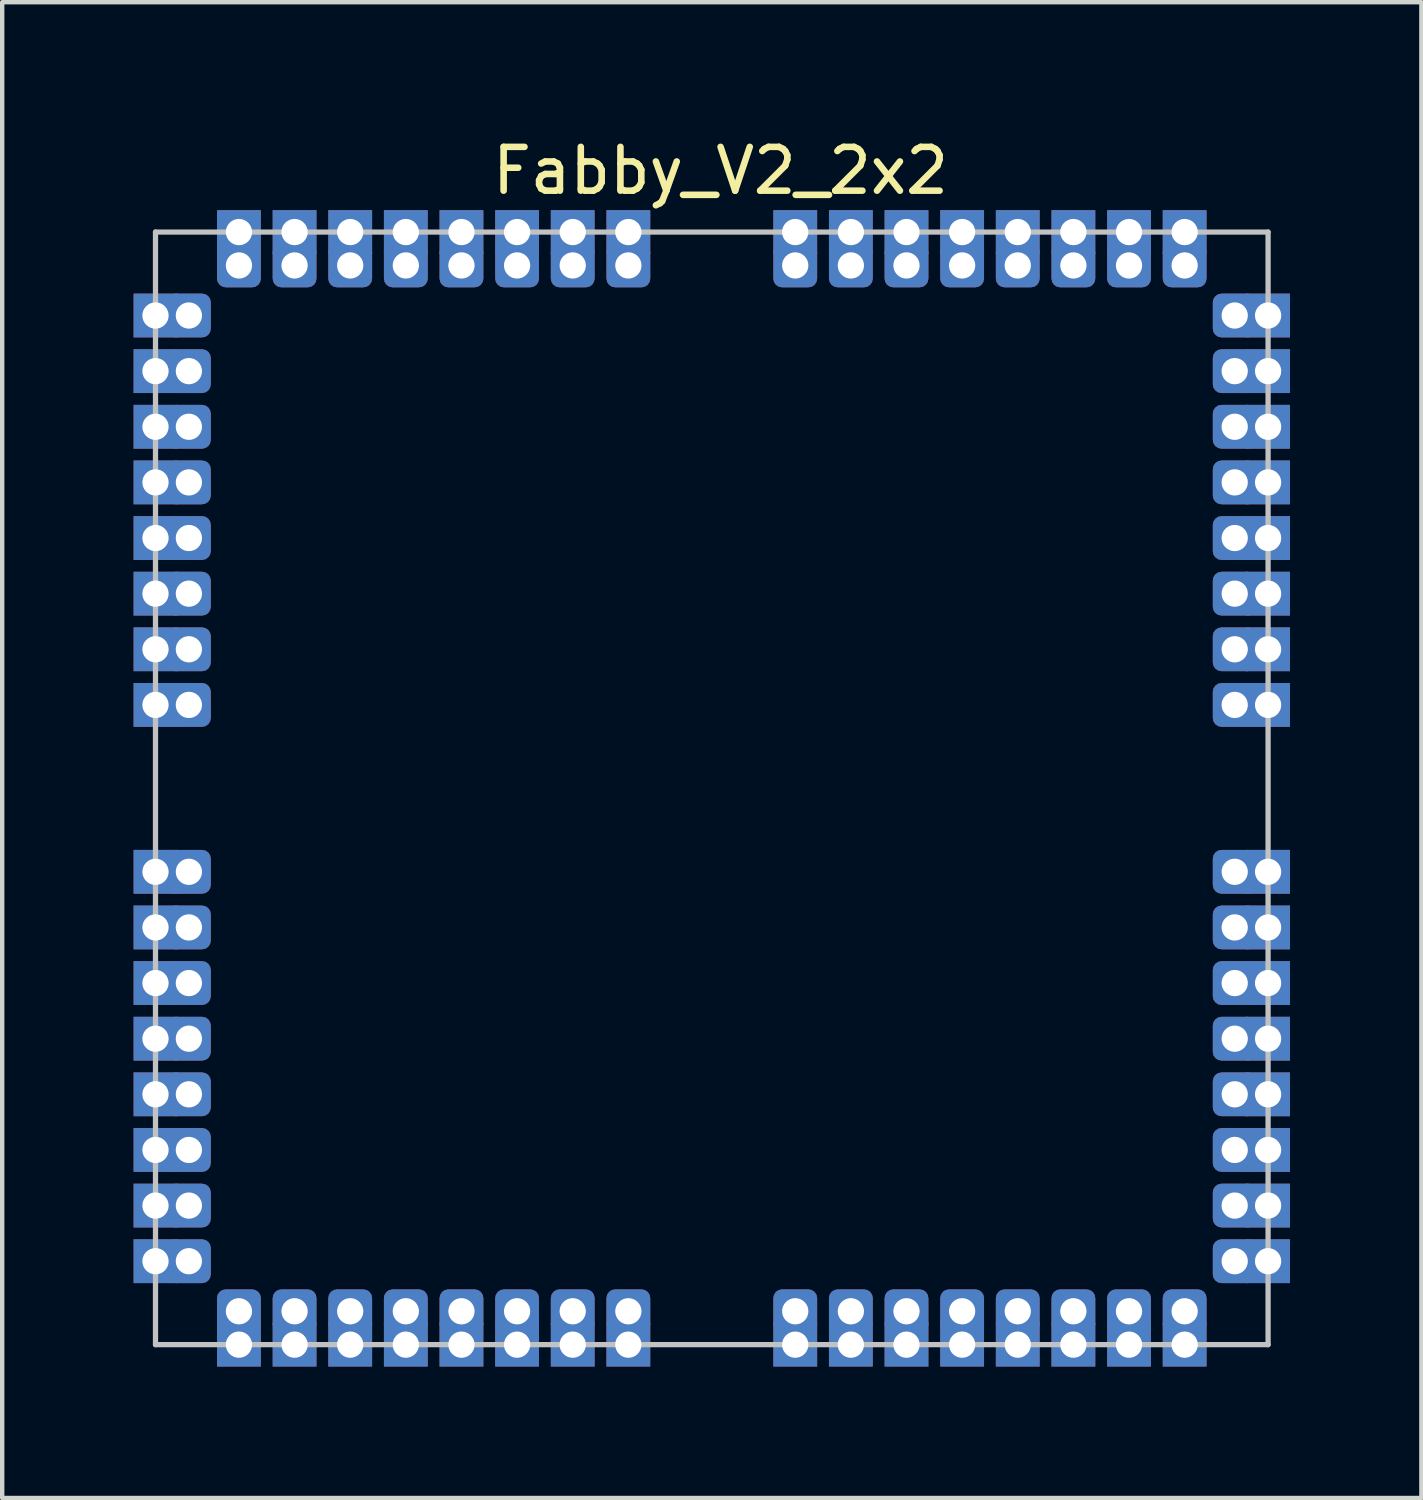
<source format=kicad_pcb>
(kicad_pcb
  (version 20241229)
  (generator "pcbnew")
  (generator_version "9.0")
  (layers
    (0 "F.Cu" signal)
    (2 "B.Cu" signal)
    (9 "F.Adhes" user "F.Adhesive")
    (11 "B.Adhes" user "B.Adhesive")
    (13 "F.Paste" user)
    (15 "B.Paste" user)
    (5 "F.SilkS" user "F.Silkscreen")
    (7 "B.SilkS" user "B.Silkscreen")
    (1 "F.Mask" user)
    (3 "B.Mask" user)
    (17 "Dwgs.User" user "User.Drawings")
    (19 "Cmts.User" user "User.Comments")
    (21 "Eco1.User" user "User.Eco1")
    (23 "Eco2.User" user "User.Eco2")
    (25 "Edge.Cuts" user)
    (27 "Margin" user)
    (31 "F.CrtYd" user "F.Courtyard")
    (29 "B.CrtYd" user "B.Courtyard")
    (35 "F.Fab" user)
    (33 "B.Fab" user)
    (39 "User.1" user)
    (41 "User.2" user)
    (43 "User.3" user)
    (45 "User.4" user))
  (footprint "Fabby_V2_2x2"
    (layer "F.Cu")
    (at 13.4 14.898)
    (property "Reference" "Fabby_V2_2x2" (at 0 -14.05 0) (layer "F.SilkS") (effects (font (size 1 1) (thickness 0.15))))
    (attr through_hole)
    (fp_line (start -12.9 -12.65) (end -12.9 12.75) (stroke (width 0.12) (type solid)) (layer "Dwgs.User"))
    (fp_line (start -12.9 -12.65) (end 12.5 -12.65) (stroke (width 0.12) (type solid)) (layer "Dwgs.User"))
    (fp_line (start 12.5 -12.65) (end 12.5 12.75) (stroke (width 0.12) (type solid)) (layer "Dwgs.User"))
    (fp_line (start 12.5 12.75) (end -12.9 12.75) (stroke (width 0.12) (type solid)) (layer "Dwgs.User"))
    (pad "1" thru_hole rect (at -12.9 -10.745 90) (size 1 1) (drill 0.6) (layers "*.Cu" "*.Mask"))
    (pad "1" thru_hole roundrect (at -12.138 -10.745 270) (size 1 1) (drill 0.6) (layers "*.Cu" "*.Mask") (roundrect_rratio 0.2))
    (pad "2" thru_hole rect (at -12.9 -9.475 90) (size 1 1) (drill 0.6) (layers "*.Cu" "*.Mask"))
    (pad "2" thru_hole roundrect (at -12.138 -9.475 270) (size 1 1) (drill 0.6) (layers "*.Cu" "*.Mask") (roundrect_rratio 0.2))
    (pad "3" thru_hole rect (at -12.9 -8.205 90) (size 1 1) (drill 0.6) (layers "*.Cu" "*.Mask"))
    (pad "3" thru_hole roundrect (at -12.138 -8.205 270) (size 1 1) (drill 0.6) (layers "*.Cu" "*.Mask") (roundrect_rratio 0.2))
    (pad "4" thru_hole rect (at -12.9 -6.935 90) (size 1 1) (drill 0.6) (layers "*.Cu" "*.Mask"))
    (pad "4" thru_hole roundrect (at -12.138 -6.935 270) (size 1 1) (drill 0.6) (layers "*.Cu" "*.Mask") (roundrect_rratio 0.2))
    (pad "5" thru_hole rect (at -12.9 -5.665 90) (size 1 1) (drill 0.6) (layers "*.Cu" "*.Mask"))
    (pad "5" thru_hole roundrect (at -12.138 -5.665 270) (size 1 1) (drill 0.6) (layers "*.Cu" "*.Mask") (roundrect_rratio 0.2))
    (pad "6" thru_hole rect (at -12.9 -4.395 180) (size 1 1) (drill 0.6) (layers "*.Cu" "*.Mask"))
    (pad "6" thru_hole roundrect (at -12.138 -4.395 270) (size 1 1) (drill 0.6) (layers "*.Cu" "*.Mask") (roundrect_rratio 0.2))
    (pad "7" thru_hole rect (at -12.9 -3.125 90) (size 1 1) (drill 0.6) (layers "*.Cu" "*.Mask"))
    (pad "7" thru_hole roundrect (at -12.138 -3.125 270) (size 1 1) (drill 0.6) (layers "*.Cu" "*.Mask") (roundrect_rratio 0.2))
    (pad "8" thru_hole rect (at -12.9 -1.855 90) (size 1 1) (drill 0.6) (layers "*.Cu" "*.Mask"))
    (pad "8" thru_hole roundrect (at -12.138 -1.855 270) (size 1 1) (drill 0.6) (layers "*.Cu" "*.Mask") (roundrect_rratio 0.2))
    (pad "9" thru_hole rect (at -12.9 1.955) (size 1 1) (drill 0.6) (layers "*.Cu" "*.Mask"))
    (pad "9" thru_hole roundrect (at -12.138 1.955 180) (size 1 1) (drill 0.6) (layers "*.Cu" "*.Mask") (roundrect_rratio 0.2))
    (pad "10" thru_hole rect (at -12.9 3.225) (size 1 1) (drill 0.6) (layers "*.Cu" "*.Mask"))
    (pad "10" thru_hole roundrect (at -12.138 3.225 180) (size 1 1) (drill 0.6) (layers "*.Cu" "*.Mask") (roundrect_rratio 0.2))
    (pad "11" thru_hole rect (at -12.9 4.495) (size 1 1) (drill 0.6) (layers "*.Cu" "*.Mask"))
    (pad "11" thru_hole roundrect (at -12.138 4.495 180) (size 1 1) (drill 0.6) (layers "*.Cu" "*.Mask") (roundrect_rratio 0.2))
    (pad "12" thru_hole rect (at -12.9 5.765) (size 1 1) (drill 0.6) (layers "*.Cu" "*.Mask"))
    (pad "12" thru_hole roundrect (at -12.138 5.765 180) (size 1 1) (drill 0.6) (layers "*.Cu" "*.Mask") (roundrect_rratio 0.2))
    (pad "13" thru_hole rect (at -12.9 7.035) (size 1 1) (drill 0.6) (layers "*.Cu" "*.Mask"))
    (pad "13" thru_hole roundrect (at -12.138 7.035 180) (size 1 1) (drill 0.6) (layers "*.Cu" "*.Mask") (roundrect_rratio 0.2))
    (pad "14" thru_hole rect (at -12.9 8.305) (size 1 1) (drill 0.6) (layers "*.Cu" "*.Mask"))
    (pad "14" thru_hole roundrect (at -12.138 8.305 180) (size 1 1) (drill 0.6) (layers "*.Cu" "*.Mask") (roundrect_rratio 0.2))
    (pad "15" thru_hole rect (at -12.9 9.575) (size 1 1) (drill 0.6) (layers "*.Cu" "*.Mask"))
    (pad "15" thru_hole roundrect (at -12.138 9.575 180) (size 1 1) (drill 0.6) (layers "*.Cu" "*.Mask") (roundrect_rratio 0.2))
    (pad "16" thru_hole rect (at -12.9 10.845) (size 1 1) (drill 0.6) (layers "*.Cu" "*.Mask"))
    (pad "16" thru_hole roundrect (at -12.138 10.845 180) (size 1 1) (drill 0.6) (layers "*.Cu" "*.Mask") (roundrect_rratio 0.2))
    (pad "17" thru_hole roundrect (at -10.995 11.988 270) (size 1 1) (drill 0.6) (layers "*.Cu" "*.Mask") (roundrect_rratio 0.2))
    (pad "17" thru_hole rect (at -10.995 12.75 90) (size 1 1) (drill 0.6) (layers "*.Cu" "*.Mask"))
    (pad "18" thru_hole roundrect (at -9.725 11.988 270) (size 1 1) (drill 0.6) (layers "*.Cu" "*.Mask") (roundrect_rratio 0.2))
    (pad "18" thru_hole rect (at -9.725 12.75 90) (size 1 1) (drill 0.6) (layers "*.Cu" "*.Mask"))
    (pad "19" thru_hole roundrect (at -8.455 11.988 270) (size 1 1) (drill 0.6) (layers "*.Cu" "*.Mask") (roundrect_rratio 0.2))
    (pad "19" thru_hole rect (at -8.455 12.75 90) (size 1 1) (drill 0.6) (layers "*.Cu" "*.Mask"))
    (pad "20" thru_hole roundrect (at -7.185 11.988 270) (size 1 1) (drill 0.6) (layers "*.Cu" "*.Mask") (roundrect_rratio 0.2))
    (pad "20" thru_hole rect (at -7.185 12.75 90) (size 1 1) (drill 0.6) (layers "*.Cu" "*.Mask"))
    (pad "21" thru_hole roundrect (at -5.915 11.988 270) (size 1 1) (drill 0.6) (layers "*.Cu" "*.Mask") (roundrect_rratio 0.2))
    (pad "21" thru_hole rect (at -5.915 12.75 90) (size 1 1) (drill 0.6) (layers "*.Cu" "*.Mask"))
    (pad "22" thru_hole roundrect (at -4.645 11.988 270) (size 1 1) (drill 0.6) (layers "*.Cu" "*.Mask") (roundrect_rratio 0.2))
    (pad "22" thru_hole rect (at -4.645 12.75 90) (size 1 1) (drill 0.6) (layers "*.Cu" "*.Mask"))
    (pad "23" thru_hole roundrect (at -3.375 11.988 270) (size 1 1) (drill 0.6) (layers "*.Cu" "*.Mask") (roundrect_rratio 0.2))
    (pad "23" thru_hole rect (at -3.375 12.75 90) (size 1 1) (drill 0.6) (layers "*.Cu" "*.Mask"))
    (pad "24" thru_hole roundrect (at -2.105 11.988 270) (size 1 1) (drill 0.6) (layers "*.Cu" "*.Mask") (roundrect_rratio 0.2))
    (pad "24" thru_hole rect (at -2.105 12.75 90) (size 1 1) (drill 0.6) (layers "*.Cu" "*.Mask"))
    (pad "25" thru_hole roundrect (at 1.705 11.988 90) (size 1 1) (drill 0.6) (layers "*.Cu" "*.Mask") (roundrect_rratio 0.2))
    (pad "25" thru_hole rect (at 1.705 12.75) (size 1 1) (drill 0.6) (layers "*.Cu" "*.Mask"))
    (pad "26" thru_hole roundrect (at 2.975 11.988 90) (size 1 1) (drill 0.6) (layers "*.Cu" "*.Mask") (roundrect_rratio 0.2))
    (pad "26" thru_hole rect (at 2.975 12.75) (size 1 1) (drill 0.6) (layers "*.Cu" "*.Mask"))
    (pad "27" thru_hole roundrect (at 4.245 11.988 90) (size 1 1) (drill 0.6) (layers "*.Cu" "*.Mask") (roundrect_rratio 0.2))
    (pad "27" thru_hole rect (at 4.245 12.75) (size 1 1) (drill 0.6) (layers "*.Cu" "*.Mask"))
    (pad "28" thru_hole roundrect (at 5.515 11.988 90) (size 1 1) (drill 0.6) (layers "*.Cu" "*.Mask") (roundrect_rratio 0.2))
    (pad "28" thru_hole rect (at 5.515 12.75) (size 1 1) (drill 0.6) (layers "*.Cu" "*.Mask"))
    (pad "29" thru_hole roundrect (at 6.785 11.988 90) (size 1 1) (drill 0.6) (layers "*.Cu" "*.Mask") (roundrect_rratio 0.2))
    (pad "29" thru_hole rect (at 6.785 12.75) (size 1 1) (drill 0.6) (layers "*.Cu" "*.Mask"))
    (pad "30" thru_hole roundrect (at 8.055 11.988 90) (size 1 1) (drill 0.6) (layers "*.Cu" "*.Mask") (roundrect_rratio 0.2))
    (pad "30" thru_hole rect (at 8.055 12.75) (size 1 1) (drill 0.6) (layers "*.Cu" "*.Mask"))
    (pad "31" thru_hole roundrect (at 9.325 11.988 90) (size 1 1) (drill 0.6) (layers "*.Cu" "*.Mask") (roundrect_rratio 0.2))
    (pad "31" thru_hole rect (at 9.325 12.75) (size 1 1) (drill 0.6) (layers "*.Cu" "*.Mask"))
    (pad "32" thru_hole roundrect (at 10.595 11.988 90) (size 1 1) (drill 0.6) (layers "*.Cu" "*.Mask") (roundrect_rratio 0.2))
    (pad "32" thru_hole rect (at 10.595 12.75) (size 1 1) (drill 0.6) (layers "*.Cu" "*.Mask"))
    (pad "33" thru_hole roundrect (at 11.738 10.845 90) (size 1 1) (drill 0.6) (layers "*.Cu" "*.Mask") (roundrect_rratio 0.2))
    (pad "33" thru_hole rect (at 12.5 10.845) (size 1 1) (drill 0.6) (layers "*.Cu" "*.Mask"))
    (pad "34" thru_hole roundrect (at 11.738 9.575 90) (size 1 1) (drill 0.6) (layers "*.Cu" "*.Mask") (roundrect_rratio 0.2))
    (pad "34" thru_hole rect (at 12.5 9.575) (size 1 1) (drill 0.6) (layers "*.Cu" "*.Mask"))
    (pad "35" thru_hole roundrect (at 11.738 8.305 90) (size 1 1) (drill 0.6) (layers "*.Cu" "*.Mask") (roundrect_rratio 0.2))
    (pad "35" thru_hole rect (at 12.5 8.305) (size 1 1) (drill 0.6) (layers "*.Cu" "*.Mask"))
    (pad "36" thru_hole roundrect (at 11.738 7.035 90) (size 1 1) (drill 0.6) (layers "*.Cu" "*.Mask") (roundrect_rratio 0.2))
    (pad "36" thru_hole rect (at 12.5 7.035) (size 1 1) (drill 0.6) (layers "*.Cu" "*.Mask"))
    (pad "37" thru_hole roundrect (at 11.738 5.765 90) (size 1 1) (drill 0.6) (layers "*.Cu" "*.Mask") (roundrect_rratio 0.2))
    (pad "37" thru_hole rect (at 12.5 5.765) (size 1 1) (drill 0.6) (layers "*.Cu" "*.Mask"))
    (pad "38" thru_hole roundrect (at 11.738 4.495 90) (size 1 1) (drill 0.6) (layers "*.Cu" "*.Mask") (roundrect_rratio 0.2))
    (pad "38" thru_hole rect (at 12.5 4.495) (size 1 1) (drill 0.6) (layers "*.Cu" "*.Mask"))
    (pad "39" thru_hole roundrect (at 11.738 3.225 90) (size 1 1) (drill 0.6) (layers "*.Cu" "*.Mask") (roundrect_rratio 0.2))
    (pad "39" thru_hole rect (at 12.5 3.225) (size 1 1) (drill 0.6) (layers "*.Cu" "*.Mask"))
    (pad "40" thru_hole roundrect (at 11.738 1.955 90) (size 1 1) (drill 0.6) (layers "*.Cu" "*.Mask") (roundrect_rratio 0.2))
    (pad "40" thru_hole rect (at 12.5 1.955) (size 1 1) (drill 0.6) (layers "*.Cu" "*.Mask"))
    (pad "41" thru_hole roundrect (at 11.738 -1.855 90) (size 1 1) (drill 0.6) (layers "*.Cu" "*.Mask") (roundrect_rratio 0.2))
    (pad "41" thru_hole rect (at 12.5 -1.855) (size 1 1) (drill 0.6) (layers "*.Cu" "*.Mask"))
    (pad "42" thru_hole roundrect (at 11.738 -3.125 90) (size 1 1) (drill 0.6) (layers "*.Cu" "*.Mask") (roundrect_rratio 0.2))
    (pad "42" thru_hole rect (at 12.5 -3.125) (size 1 1) (drill 0.6) (layers "*.Cu" "*.Mask"))
    (pad "43" thru_hole roundrect (at 11.738 -4.395 90) (size 1 1) (drill 0.6) (layers "*.Cu" "*.Mask") (roundrect_rratio 0.2))
    (pad "43" thru_hole rect (at 12.5 -4.395) (size 1 1) (drill 0.6) (layers "*.Cu" "*.Mask"))
    (pad "44" thru_hole roundrect (at 11.738 -5.665 90) (size 1 1) (drill 0.6) (layers "*.Cu" "*.Mask") (roundrect_rratio 0.2))
    (pad "44" thru_hole rect (at 12.5 -5.665) (size 1 1) (drill 0.6) (layers "*.Cu" "*.Mask"))
    (pad "45" thru_hole roundrect (at 11.738 -6.935 90) (size 1 1) (drill 0.6) (layers "*.Cu" "*.Mask") (roundrect_rratio 0.2))
    (pad "45" thru_hole rect (at 12.5 -6.935) (size 1 1) (drill 0.6) (layers "*.Cu" "*.Mask"))
    (pad "46" thru_hole roundrect (at 11.738 -8.205 90) (size 1 1) (drill 0.6) (layers "*.Cu" "*.Mask") (roundrect_rratio 0.2))
    (pad "46" thru_hole rect (at 12.5 -8.205) (size 1 1) (drill 0.6) (layers "*.Cu" "*.Mask"))
    (pad "47" thru_hole roundrect (at 11.738 -9.475 90) (size 1 1) (drill 0.6) (layers "*.Cu" "*.Mask") (roundrect_rratio 0.2))
    (pad "47" thru_hole rect (at 12.5 -9.475) (size 1 1) (drill 0.6) (layers "*.Cu" "*.Mask"))
    (pad "48" thru_hole roundrect (at 11.738 -10.745 90) (size 1 1) (drill 0.6) (layers "*.Cu" "*.Mask") (roundrect_rratio 0.2))
    (pad "48" thru_hole rect (at 12.5 -10.745 90) (size 1 1) (drill 0.6) (layers "*.Cu" "*.Mask"))
    (pad "49" thru_hole rect (at 10.595 -12.65 90) (size 1 1) (drill 0.6) (layers "*.Cu" "*.Mask"))
    (pad "49" thru_hole roundrect (at 10.595 -11.888 180) (size 1 1) (drill 0.6) (layers "*.Cu" "*.Mask") (roundrect_rratio 0.2))
    (pad "50" thru_hole rect (at 9.325 -12.65 90) (size 1 1) (drill 0.6) (layers "*.Cu" "*.Mask"))
    (pad "50" thru_hole roundrect (at 9.325 -11.888 180) (size 1 1) (drill 0.6) (layers "*.Cu" "*.Mask") (roundrect_rratio 0.2))
    (pad "51" thru_hole rect (at 8.055 -12.65 90) (size 1 1) (drill 0.6) (layers "*.Cu" "*.Mask"))
    (pad "51" thru_hole roundrect (at 8.055 -11.888 180) (size 1 1) (drill 0.6) (layers "*.Cu" "*.Mask") (roundrect_rratio 0.2))
    (pad "52" thru_hole rect (at 6.785 -12.65 90) (size 1 1) (drill 0.6) (layers "*.Cu" "*.Mask"))
    (pad "52" thru_hole roundrect (at 6.785 -11.888 180) (size 1 1) (drill 0.6) (layers "*.Cu" "*.Mask") (roundrect_rratio 0.2))
    (pad "53" thru_hole rect (at 5.515 -12.65 90) (size 1 1) (drill 0.6) (layers "*.Cu" "*.Mask"))
    (pad "53" thru_hole roundrect (at 5.515 -11.888 180) (size 1 1) (drill 0.6) (layers "*.Cu" "*.Mask") (roundrect_rratio 0.2))
    (pad "54" thru_hole rect (at 4.245 -12.65 90) (size 1 1) (drill 0.6) (layers "*.Cu" "*.Mask"))
    (pad "54" thru_hole roundrect (at 4.245 -11.888 180) (size 1 1) (drill 0.6) (layers "*.Cu" "*.Mask") (roundrect_rratio 0.2))
    (pad "55" thru_hole rect (at 2.975 -12.65 90) (size 1 1) (drill 0.6) (layers "*.Cu" "*.Mask"))
    (pad "55" thru_hole roundrect (at 2.975 -11.888 180) (size 1 1) (drill 0.6) (layers "*.Cu" "*.Mask") (roundrect_rratio 0.2))
    (pad "56" thru_hole rect (at 1.705 -12.65 90) (size 1 1) (drill 0.6) (layers "*.Cu" "*.Mask"))
    (pad "56" thru_hole roundrect (at 1.705 -11.888 180) (size 1 1) (drill 0.6) (layers "*.Cu" "*.Mask") (roundrect_rratio 0.2))
    (pad "57" thru_hole rect (at -2.105 -12.65 90) (size 1 1) (drill 0.6) (layers "*.Cu" "*.Mask"))
    (pad "57" thru_hole roundrect (at -2.105 -11.888 180) (size 1 1) (drill 0.6) (layers "*.Cu" "*.Mask") (roundrect_rratio 0.2))
    (pad "58" thru_hole rect (at -3.375 -12.65 90) (size 1 1) (drill 0.6) (layers "*.Cu" "*.Mask"))
    (pad "58" thru_hole roundrect (at -3.375 -11.888 180) (size 1 1) (drill 0.6) (layers "*.Cu" "*.Mask") (roundrect_rratio 0.2))
    (pad "59" thru_hole rect (at -4.645 -12.65 90) (size 1 1) (drill 0.6) (layers "*.Cu" "*.Mask"))
    (pad "59" thru_hole roundrect (at -4.645 -11.888 180) (size 1 1) (drill 0.6) (layers "*.Cu" "*.Mask") (roundrect_rratio 0.2))
    (pad "60" thru_hole rect (at -5.915 -12.65 90) (size 1 1) (drill 0.6) (layers "*.Cu" "*.Mask"))
    (pad "60" thru_hole roundrect (at -5.915 -11.888 180) (size 1 1) (drill 0.6) (layers "*.Cu" "*.Mask") (roundrect_rratio 0.2))
    (pad "61" thru_hole rect (at -7.185 -12.65 90) (size 1 1) (drill 0.6) (layers "*.Cu" "*.Mask"))
    (pad "61" thru_hole roundrect (at -7.185 -11.888 180) (size 1 1) (drill 0.6) (layers "*.Cu" "*.Mask") (roundrect_rratio 0.2))
    (pad "62" thru_hole rect (at -8.455 -12.65 90) (size 1 1) (drill 0.6) (layers "*.Cu" "*.Mask"))
    (pad "62" thru_hole roundrect (at -8.455 -11.888 180) (size 1 1) (drill 0.6) (layers "*.Cu" "*.Mask") (roundrect_rratio 0.2))
    (pad "63" thru_hole rect (at -9.725 -12.65 90) (size 1 1) (drill 0.6) (layers "*.Cu" "*.Mask"))
    (pad "63" thru_hole roundrect (at -9.725 -11.888 180) (size 1 1) (drill 0.6) (layers "*.Cu" "*.Mask") (roundrect_rratio 0.2))
    (pad "64" thru_hole rect (at -10.995 -12.65 180) (size 1 1) (drill 0.6) (layers "*.Cu" "*.Mask"))
    (pad "64" thru_hole roundrect (at -10.995 -11.888 180) (size 1 1) (drill 0.6) (layers "*.Cu" "*.Mask") (roundrect_rratio 0.2)))
  (gr_rect
    (start -3 -3)
    (end 29.4 31.148)
    (stroke (width 0.1) (type default))
    (fill no)
    (layer "Edge.Cuts")))
</source>
